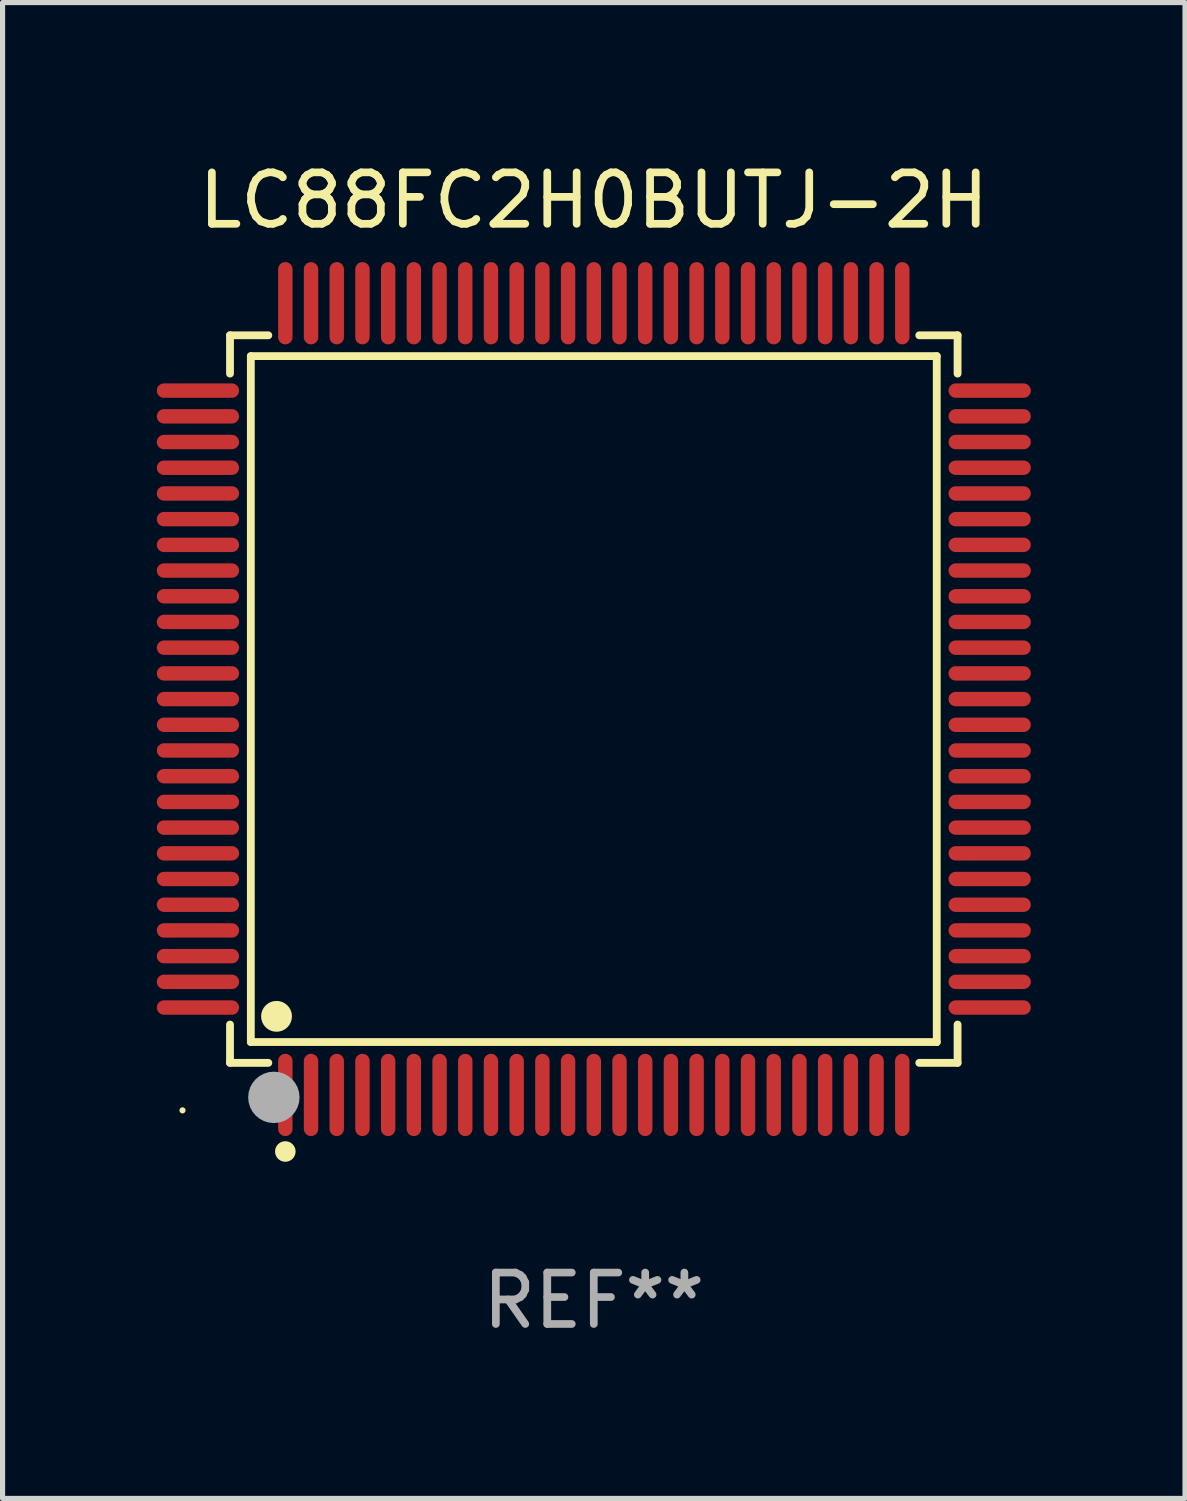
<source format=kicad_pcb>
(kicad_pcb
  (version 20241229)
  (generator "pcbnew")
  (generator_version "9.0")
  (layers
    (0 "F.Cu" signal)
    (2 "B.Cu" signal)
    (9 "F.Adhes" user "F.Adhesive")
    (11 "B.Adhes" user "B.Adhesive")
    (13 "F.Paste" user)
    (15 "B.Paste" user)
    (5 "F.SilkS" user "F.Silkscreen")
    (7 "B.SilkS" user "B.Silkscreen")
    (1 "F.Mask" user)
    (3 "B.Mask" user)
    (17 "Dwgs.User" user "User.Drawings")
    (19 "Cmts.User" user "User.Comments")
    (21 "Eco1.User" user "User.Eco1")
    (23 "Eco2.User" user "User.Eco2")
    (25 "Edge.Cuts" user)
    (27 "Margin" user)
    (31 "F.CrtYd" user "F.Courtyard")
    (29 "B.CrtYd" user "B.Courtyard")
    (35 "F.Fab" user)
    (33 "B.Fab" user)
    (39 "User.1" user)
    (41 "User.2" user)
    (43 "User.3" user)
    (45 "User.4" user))
  (footprint "LC88FC2H0BUTJ-2H"
    (layer "F.Cu")
    (at 8.5 10.548)
    (property "Reference" "LC88FC2H0BUTJ-2H" (at 0 -9.7 0) (layer "F.SilkS") (effects (font (size 1 1) (thickness 0.15))))
    (attr through_hole)
    (fp_line (start -7.076 -7.076) (end -6.331 -7.076) (stroke (width 0.152) (type solid)) (layer "F.SilkS"))
    (fp_line (start -7.076 -6.331) (end -7.076 -7.076) (stroke (width 0.152) (type solid)) (layer "F.SilkS"))
    (fp_line (start -7.076 6.331) (end -7.076 7.076) (stroke (width 0.152) (type solid)) (layer "F.SilkS"))
    (fp_line (start -7.076 7.076) (end -6.331 7.076) (stroke (width 0.152) (type solid)) (layer "F.SilkS"))
    (fp_line (start -6.671 -6.671) (end 6.671 -6.671) (stroke (width 0.152) (type solid)) (layer "F.SilkS"))
    (fp_line (start -6.671 6.671) (end -6.671 -6.671) (stroke (width 0.152) (type solid)) (layer "F.SilkS"))
    (fp_line (start 6.671 -6.671) (end 6.671 6.671) (stroke (width 0.152) (type solid)) (layer "F.SilkS"))
    (fp_line (start 6.671 6.671) (end -6.671 6.671) (stroke (width 0.152) (type solid)) (layer "F.SilkS"))
    (fp_line (start 7.076 -7.076) (end 6.331 -7.076) (stroke (width 0.152) (type solid)) (layer "F.SilkS"))
    (fp_line (start 7.076 -6.331) (end 7.076 -7.076) (stroke (width 0.152) (type solid)) (layer "F.SilkS"))
    (fp_line (start 7.076 6.331) (end 7.076 7.076) (stroke (width 0.152) (type solid)) (layer "F.SilkS"))
    (fp_line (start 7.076 7.076) (end 6.331 7.076) (stroke (width 0.152) (type solid)) (layer "F.SilkS"))
    (fp_circle (center -8 8) (end -7.97 8) (stroke (width 0.06) (type solid)) (fill no) (layer "F.SilkS"))
    (fp_circle (center -6.171 6.171) (end -6.021 6.171) (stroke (width 0.3) (type solid)) (fill no) (layer "F.SilkS"))
    (fp_circle (center -6 8.8) (end -5.9 8.8) (stroke (width 0.2) (type solid)) (fill no) (layer "F.SilkS"))
    (fp_circle (center -6.223 7.747) (end -5.973 7.747) (stroke (width 0.5) (type solid)) (fill no) (layer "F.Fab"))
    (fp_text user "REF**" (at 0 11.7 0) (layer "F.Fab") (effects (font (size 1 1) (thickness 0.15))))
    (pad "1" smd oval (at -6 7.7) (size 0.28 1.6) (layers "F.Cu" "F.Mask" "F.Paste"))
    (pad "2" smd oval (at -5.5 7.7) (size 0.28 1.6) (layers "F.Cu" "F.Mask" "F.Paste"))
    (pad "3" smd oval (at -5 7.7) (size 0.28 1.6) (layers "F.Cu" "F.Mask" "F.Paste"))
    (pad "4" smd oval (at -4.5 7.7) (size 0.28 1.6) (layers "F.Cu" "F.Mask" "F.Paste"))
    (pad "5" smd oval (at -4 7.7) (size 0.28 1.6) (layers "F.Cu" "F.Mask" "F.Paste"))
    (pad "6" smd oval (at -3.5 7.7) (size 0.28 1.6) (layers "F.Cu" "F.Mask" "F.Paste"))
    (pad "7" smd oval (at -3 7.7) (size 0.28 1.6) (layers "F.Cu" "F.Mask" "F.Paste"))
    (pad "8" smd oval (at -2.5 7.7) (size 0.28 1.6) (layers "F.Cu" "F.Mask" "F.Paste"))
    (pad "9" smd oval (at -2 7.7) (size 0.28 1.6) (layers "F.Cu" "F.Mask" "F.Paste"))
    (pad "10" smd oval (at -1.5 7.7) (size 0.28 1.6) (layers "F.Cu" "F.Mask" "F.Paste"))
    (pad "11" smd oval (at -1 7.7) (size 0.28 1.6) (layers "F.Cu" "F.Mask" "F.Paste"))
    (pad "12" smd oval (at -0.5 7.7) (size 0.28 1.6) (layers "F.Cu" "F.Mask" "F.Paste"))
    (pad "13" smd oval (at 0 7.7) (size 0.28 1.6) (layers "F.Cu" "F.Mask" "F.Paste"))
    (pad "14" smd oval (at 0.5 7.7) (size 0.28 1.6) (layers "F.Cu" "F.Mask" "F.Paste"))
    (pad "15" smd oval (at 1 7.7) (size 0.28 1.6) (layers "F.Cu" "F.Mask" "F.Paste"))
    (pad "16" smd oval (at 1.5 7.7) (size 0.28 1.6) (layers "F.Cu" "F.Mask" "F.Paste"))
    (pad "17" smd oval (at 2 7.7) (size 0.28 1.6) (layers "F.Cu" "F.Mask" "F.Paste"))
    (pad "18" smd oval (at 2.5 7.7) (size 0.28 1.6) (layers "F.Cu" "F.Mask" "F.Paste"))
    (pad "19" smd oval (at 3 7.7) (size 0.28 1.6) (layers "F.Cu" "F.Mask" "F.Paste"))
    (pad "20" smd oval (at 3.5 7.7) (size 0.28 1.6) (layers "F.Cu" "F.Mask" "F.Paste"))
    (pad "21" smd oval (at 4 7.7) (size 0.28 1.6) (layers "F.Cu" "F.Mask" "F.Paste"))
    (pad "22" smd oval (at 4.5 7.7) (size 0.28 1.6) (layers "F.Cu" "F.Mask" "F.Paste"))
    (pad "23" smd oval (at 5 7.7) (size 0.28 1.6) (layers "F.Cu" "F.Mask" "F.Paste"))
    (pad "24" smd oval (at 5.5 7.7) (size 0.28 1.6) (layers "F.Cu" "F.Mask" "F.Paste"))
    (pad "25" smd oval (at 6 7.7) (size 0.28 1.6) (layers "F.Cu" "F.Mask" "F.Paste"))
    (pad "26" smd oval (at 7.7 6) (size 1.6 0.28) (layers "F.Cu" "F.Mask" "F.Paste"))
    (pad "27" smd oval (at 7.7 5.5) (size 1.6 0.28) (layers "F.Cu" "F.Mask" "F.Paste"))
    (pad "28" smd oval (at 7.7 5) (size 1.6 0.28) (layers "F.Cu" "F.Mask" "F.Paste"))
    (pad "29" smd oval (at 7.7 4.5) (size 1.6 0.28) (layers "F.Cu" "F.Mask" "F.Paste"))
    (pad "30" smd oval (at 7.7 4) (size 1.6 0.28) (layers "F.Cu" "F.Mask" "F.Paste"))
    (pad "31" smd oval (at 7.7 3.5) (size 1.6 0.28) (layers "F.Cu" "F.Mask" "F.Paste"))
    (pad "32" smd oval (at 7.7 3) (size 1.6 0.28) (layers "F.Cu" "F.Mask" "F.Paste"))
    (pad "33" smd oval (at 7.7 2.5) (size 1.6 0.28) (layers "F.Cu" "F.Mask" "F.Paste"))
    (pad "34" smd oval (at 7.7 2) (size 1.6 0.28) (layers "F.Cu" "F.Mask" "F.Paste"))
    (pad "35" smd oval (at 7.7 1.5) (size 1.6 0.28) (layers "F.Cu" "F.Mask" "F.Paste"))
    (pad "36" smd oval (at 7.7 1) (size 1.6 0.28) (layers "F.Cu" "F.Mask" "F.Paste"))
    (pad "37" smd oval (at 7.7 0.5) (size 1.6 0.28) (layers "F.Cu" "F.Mask" "F.Paste"))
    (pad "38" smd oval (at 7.7 0) (size 1.6 0.28) (layers "F.Cu" "F.Mask" "F.Paste"))
    (pad "39" smd oval (at 7.7 -0.5) (size 1.6 0.28) (layers "F.Cu" "F.Mask" "F.Paste"))
    (pad "40" smd oval (at 7.7 -1) (size 1.6 0.28) (layers "F.Cu" "F.Mask" "F.Paste"))
    (pad "41" smd oval (at 7.7 -1.5) (size 1.6 0.28) (layers "F.Cu" "F.Mask" "F.Paste"))
    (pad "42" smd oval (at 7.7 -2) (size 1.6 0.28) (layers "F.Cu" "F.Mask" "F.Paste"))
    (pad "43" smd oval (at 7.7 -2.5) (size 1.6 0.28) (layers "F.Cu" "F.Mask" "F.Paste"))
    (pad "44" smd oval (at 7.7 -3) (size 1.6 0.28) (layers "F.Cu" "F.Mask" "F.Paste"))
    (pad "45" smd oval (at 7.7 -3.5) (size 1.6 0.28) (layers "F.Cu" "F.Mask" "F.Paste"))
    (pad "46" smd oval (at 7.7 -4) (size 1.6 0.28) (layers "F.Cu" "F.Mask" "F.Paste"))
    (pad "47" smd oval (at 7.7 -4.5) (size 1.6 0.28) (layers "F.Cu" "F.Mask" "F.Paste"))
    (pad "48" smd oval (at 7.7 -5) (size 1.6 0.28) (layers "F.Cu" "F.Mask" "F.Paste"))
    (pad "49" smd oval (at 7.7 -5.5) (size 1.6 0.28) (layers "F.Cu" "F.Mask" "F.Paste"))
    (pad "50" smd oval (at 7.7 -6) (size 1.6 0.28) (layers "F.Cu" "F.Mask" "F.Paste"))
    (pad "51" smd oval (at 6 -7.7) (size 0.28 1.6) (layers "F.Cu" "F.Mask" "F.Paste"))
    (pad "52" smd oval (at 5.5 -7.7) (size 0.28 1.6) (layers "F.Cu" "F.Mask" "F.Paste"))
    (pad "53" smd oval (at 5 -7.7) (size 0.28 1.6) (layers "F.Cu" "F.Mask" "F.Paste"))
    (pad "54" smd oval (at 4.5 -7.7) (size 0.28 1.6) (layers "F.Cu" "F.Mask" "F.Paste"))
    (pad "55" smd oval (at 4 -7.7) (size 0.28 1.6) (layers "F.Cu" "F.Mask" "F.Paste"))
    (pad "56" smd oval (at 3.5 -7.7) (size 0.28 1.6) (layers "F.Cu" "F.Mask" "F.Paste"))
    (pad "57" smd oval (at 3 -7.7) (size 0.28 1.6) (layers "F.Cu" "F.Mask" "F.Paste"))
    (pad "58" smd oval (at 2.5 -7.7) (size 0.28 1.6) (layers "F.Cu" "F.Mask" "F.Paste"))
    (pad "59" smd oval (at 2 -7.7) (size 0.28 1.6) (layers "F.Cu" "F.Mask" "F.Paste"))
    (pad "60" smd oval (at 1.5 -7.7) (size 0.28 1.6) (layers "F.Cu" "F.Mask" "F.Paste"))
    (pad "61" smd oval (at 1 -7.7) (size 0.28 1.6) (layers "F.Cu" "F.Mask" "F.Paste"))
    (pad "62" smd oval (at 0.5 -7.7) (size 0.28 1.6) (layers "F.Cu" "F.Mask" "F.Paste"))
    (pad "63" smd oval (at 0 -7.7) (size 0.28 1.6) (layers "F.Cu" "F.Mask" "F.Paste"))
    (pad "64" smd oval (at -0.5 -7.7) (size 0.28 1.6) (layers "F.Cu" "F.Mask" "F.Paste"))
    (pad "65" smd oval (at -1 -7.7) (size 0.28 1.6) (layers "F.Cu" "F.Mask" "F.Paste"))
    (pad "66" smd oval (at -1.5 -7.7) (size 0.28 1.6) (layers "F.Cu" "F.Mask" "F.Paste"))
    (pad "67" smd oval (at -2 -7.7) (size 0.28 1.6) (layers "F.Cu" "F.Mask" "F.Paste"))
    (pad "68" smd oval (at -2.5 -7.7) (size 0.28 1.6) (layers "F.Cu" "F.Mask" "F.Paste"))
    (pad "69" smd oval (at -3 -7.7) (size 0.28 1.6) (layers "F.Cu" "F.Mask" "F.Paste"))
    (pad "70" smd oval (at -3.5 -7.7) (size 0.28 1.6) (layers "F.Cu" "F.Mask" "F.Paste"))
    (pad "71" smd oval (at -4 -7.7) (size 0.28 1.6) (layers "F.Cu" "F.Mask" "F.Paste"))
    (pad "72" smd oval (at -4.5 -7.7) (size 0.28 1.6) (layers "F.Cu" "F.Mask" "F.Paste"))
    (pad "73" smd oval (at -5 -7.7) (size 0.28 1.6) (layers "F.Cu" "F.Mask" "F.Paste"))
    (pad "74" smd oval (at -5.5 -7.7) (size 0.28 1.6) (layers "F.Cu" "F.Mask" "F.Paste"))
    (pad "75" smd oval (at -6 -7.7) (size 0.28 1.6) (layers "F.Cu" "F.Mask" "F.Paste"))
    (pad "76" smd oval (at -7.7 -6) (size 1.6 0.28) (layers "F.Cu" "F.Mask" "F.Paste"))
    (pad "77" smd oval (at -7.7 -5.5) (size 1.6 0.28) (layers "F.Cu" "F.Mask" "F.Paste"))
    (pad "78" smd oval (at -7.7 -5) (size 1.6 0.28) (layers "F.Cu" "F.Mask" "F.Paste"))
    (pad "79" smd oval (at -7.7 -4.5) (size 1.6 0.28) (layers "F.Cu" "F.Mask" "F.Paste"))
    (pad "80" smd oval (at -7.7 -4) (size 1.6 0.28) (layers "F.Cu" "F.Mask" "F.Paste"))
    (pad "81" smd oval (at -7.7 -3.5) (size 1.6 0.28) (layers "F.Cu" "F.Mask" "F.Paste"))
    (pad "82" smd oval (at -7.7 -3) (size 1.6 0.28) (layers "F.Cu" "F.Mask" "F.Paste"))
    (pad "83" smd oval (at -7.7 -2.5) (size 1.6 0.28) (layers "F.Cu" "F.Mask" "F.Paste"))
    (pad "84" smd oval (at -7.7 -2) (size 1.6 0.28) (layers "F.Cu" "F.Mask" "F.Paste"))
    (pad "85" smd oval (at -7.7 -1.5) (size 1.6 0.28) (layers "F.Cu" "F.Mask" "F.Paste"))
    (pad "86" smd oval (at -7.7 -1) (size 1.6 0.28) (layers "F.Cu" "F.Mask" "F.Paste"))
    (pad "87" smd oval (at -7.7 -0.5) (size 1.6 0.28) (layers "F.Cu" "F.Mask" "F.Paste"))
    (pad "88" smd oval (at -7.7 0) (size 1.6 0.28) (layers "F.Cu" "F.Mask" "F.Paste"))
    (pad "89" smd oval (at -7.7 0.5) (size 1.6 0.28) (layers "F.Cu" "F.Mask" "F.Paste"))
    (pad "90" smd oval (at -7.7 1) (size 1.6 0.28) (layers "F.Cu" "F.Mask" "F.Paste"))
    (pad "91" smd oval (at -7.7 1.5) (size 1.6 0.28) (layers "F.Cu" "F.Mask" "F.Paste"))
    (pad "92" smd oval (at -7.7 2) (size 1.6 0.28) (layers "F.Cu" "F.Mask" "F.Paste"))
    (pad "93" smd oval (at -7.7 2.5) (size 1.6 0.28) (layers "F.Cu" "F.Mask" "F.Paste"))
    (pad "94" smd oval (at -7.7 3) (size 1.6 0.28) (layers "F.Cu" "F.Mask" "F.Paste"))
    (pad "95" smd oval (at -7.7 3.5) (size 1.6 0.28) (layers "F.Cu" "F.Mask" "F.Paste"))
    (pad "96" smd oval (at -7.7 4) (size 1.6 0.28) (layers "F.Cu" "F.Mask" "F.Paste"))
    (pad "97" smd oval (at -7.7 4.5) (size 1.6 0.28) (layers "F.Cu" "F.Mask" "F.Paste"))
    (pad "98" smd oval (at -7.7 5) (size 1.6 0.28) (layers "F.Cu" "F.Mask" "F.Paste"))
    (pad "99" smd oval (at -7.7 5.5) (size 1.6 0.28) (layers "F.Cu" "F.Mask" "F.Paste"))
    (pad "100" smd oval (at -7.7 6) (size 1.6 0.28) (layers "F.Cu" "F.Mask" "F.Paste")))
  (gr_rect
    (start -3 -3)
    (end 20 26.097)
    (stroke (width 0.1) (type default))
    (fill no)
    (layer "Edge.Cuts")))
</source>
